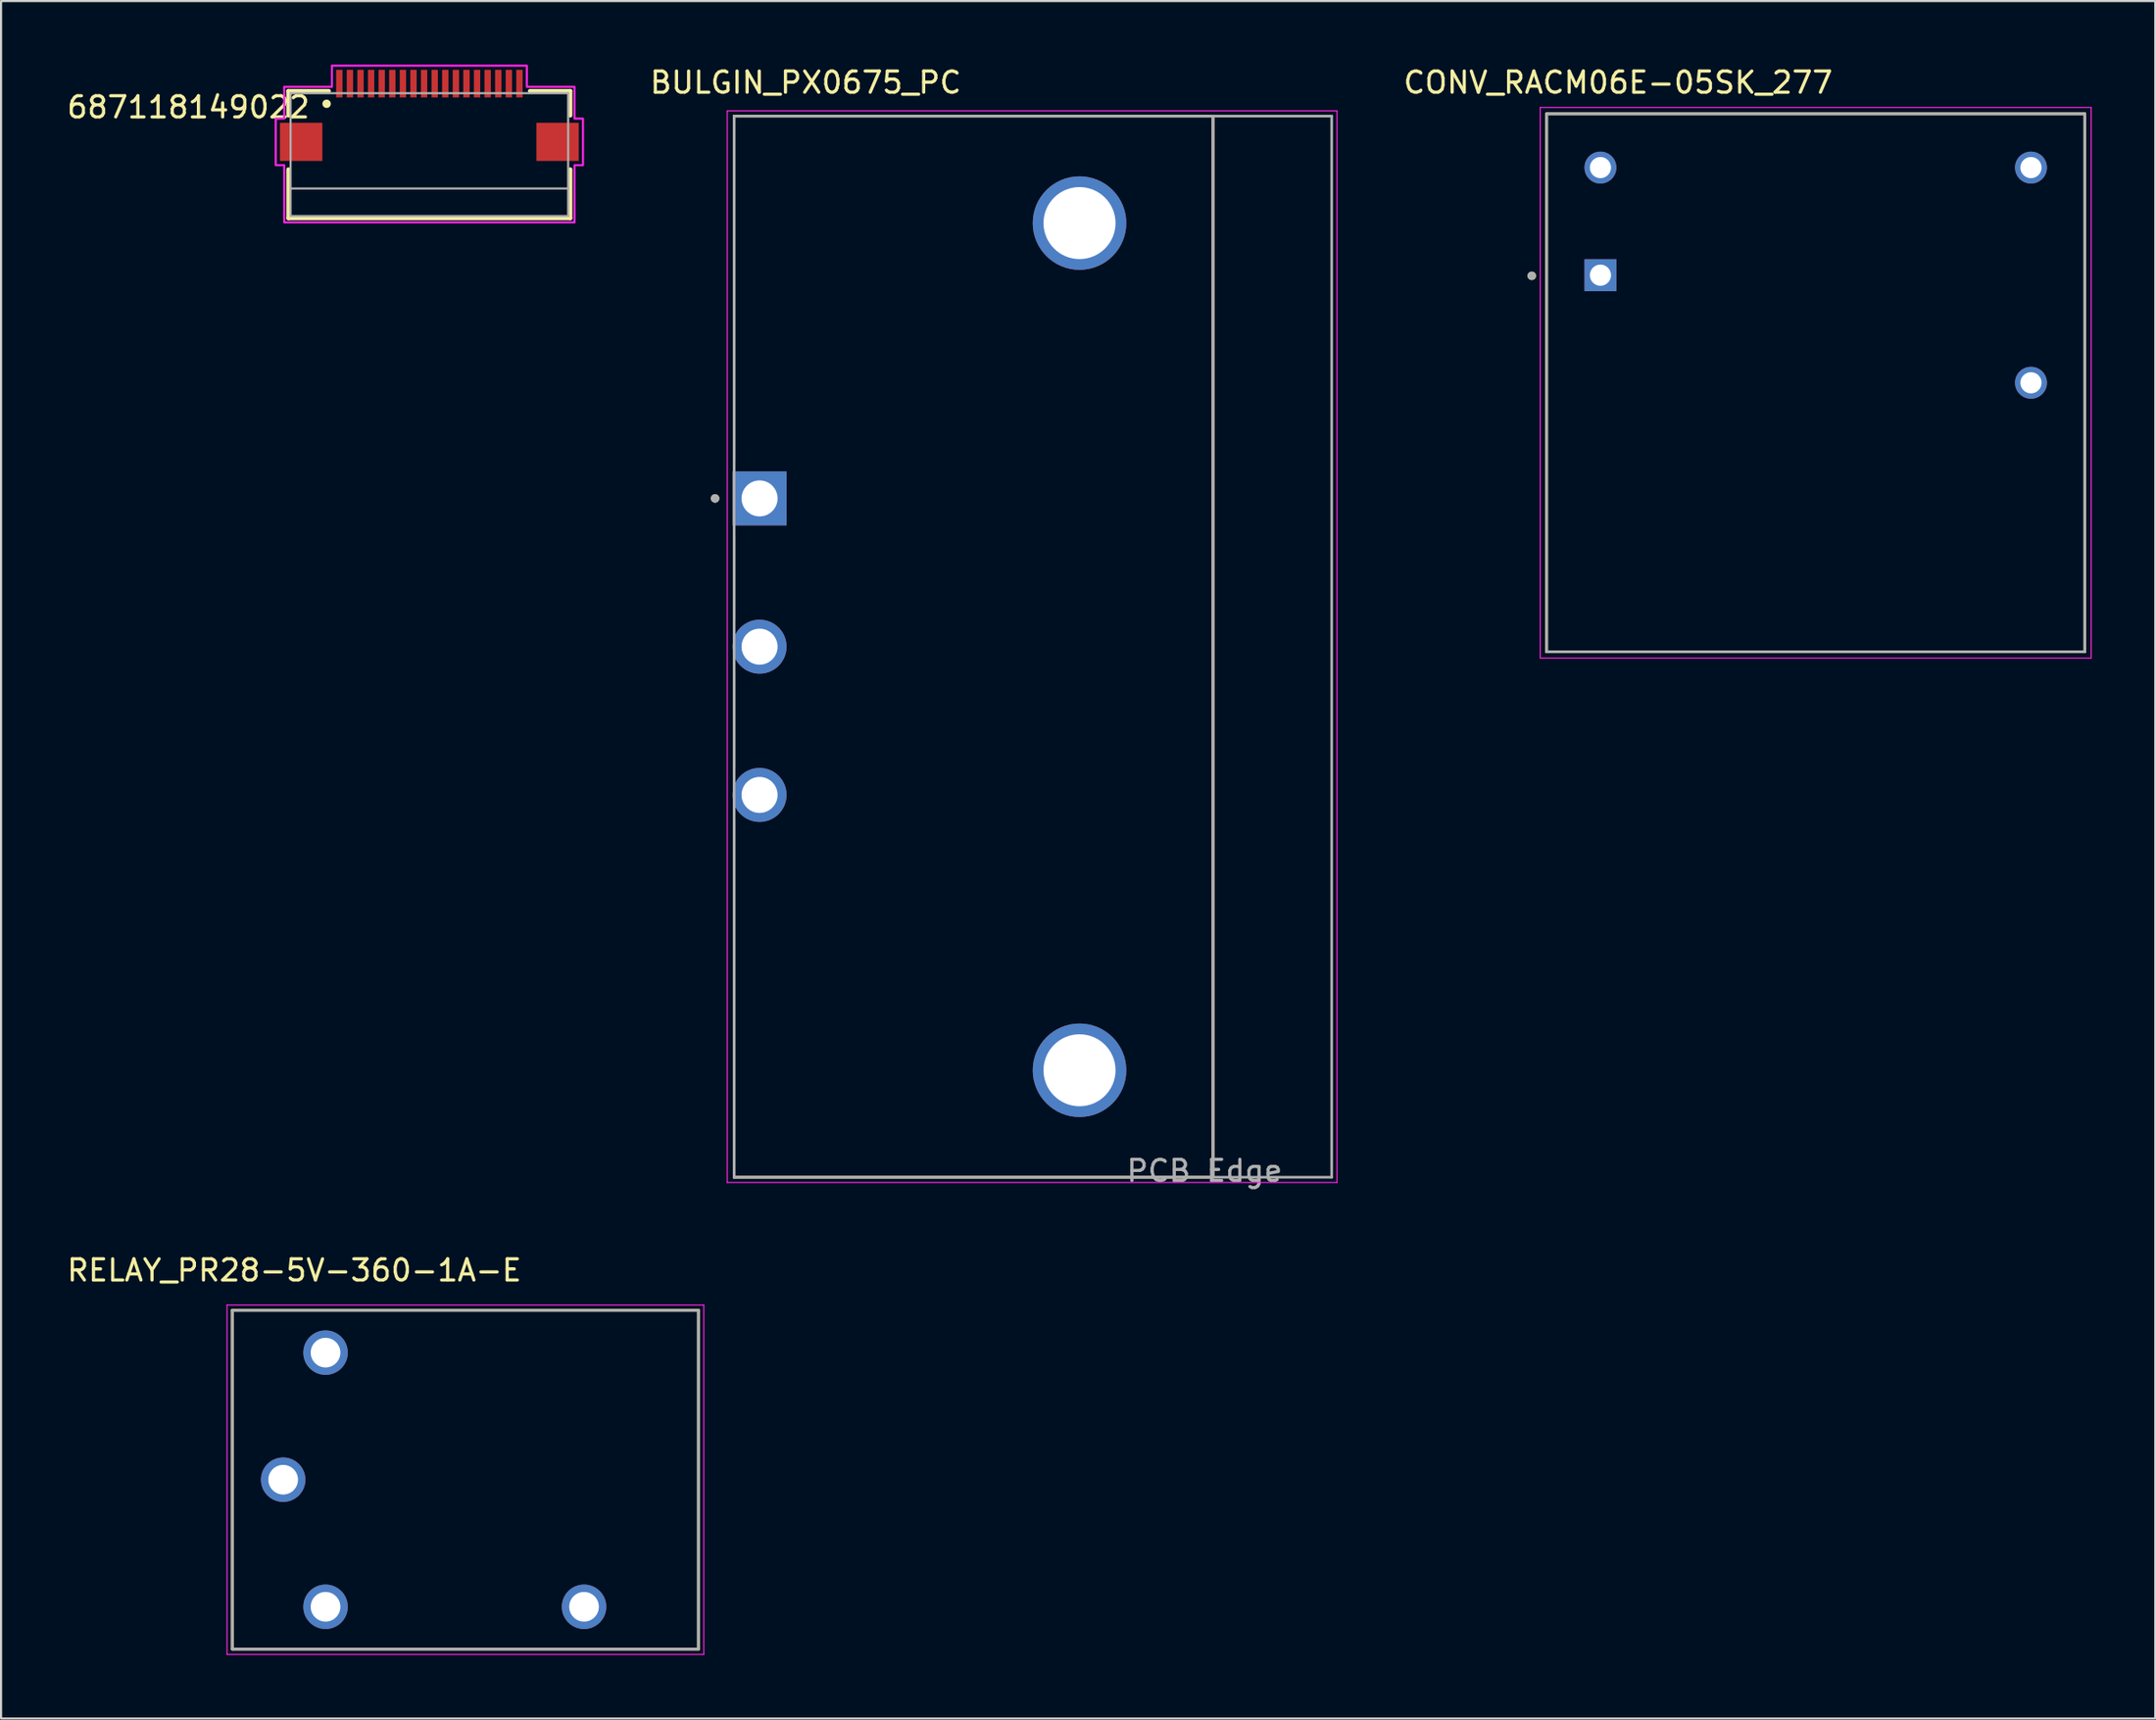
<source format=kicad_pcb>
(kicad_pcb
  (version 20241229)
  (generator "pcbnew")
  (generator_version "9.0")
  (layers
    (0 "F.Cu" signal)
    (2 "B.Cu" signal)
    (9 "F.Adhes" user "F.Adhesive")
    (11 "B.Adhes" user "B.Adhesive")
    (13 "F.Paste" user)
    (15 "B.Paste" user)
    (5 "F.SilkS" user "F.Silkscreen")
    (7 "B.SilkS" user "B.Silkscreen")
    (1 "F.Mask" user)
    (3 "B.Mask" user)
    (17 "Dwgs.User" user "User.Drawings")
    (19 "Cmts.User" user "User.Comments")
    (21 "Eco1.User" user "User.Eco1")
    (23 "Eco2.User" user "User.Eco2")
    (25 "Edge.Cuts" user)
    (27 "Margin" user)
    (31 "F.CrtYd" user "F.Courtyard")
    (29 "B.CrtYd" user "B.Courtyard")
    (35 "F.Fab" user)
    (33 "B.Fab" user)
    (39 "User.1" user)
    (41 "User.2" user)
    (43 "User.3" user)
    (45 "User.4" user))
  (footprint "RELAY_PR28-5V-360-1A-E"
    (layer "F.Cu")
    (at 18.414 66.815)
    (property "Reference" "RELAY_PR28-5V-360-1A-E" (at -7.575 -9.885 0) (layer "F.SilkS") (effects (font (size 1 1) (thickness 0.15))))
    (attr through_hole)
    (fp_line (start -10.5 -8) (end 11.5 -8) (stroke (width 0.127) (type solid)) (layer "F.SilkS"))
    (fp_line (start -10.5 8) (end -10.5 -8) (stroke (width 0.127) (type solid)) (layer "F.SilkS"))
    (fp_line (start 11.5 -8) (end 11.5 8) (stroke (width 0.127) (type solid)) (layer "F.SilkS"))
    (fp_line (start 11.5 8) (end -10.5 8) (stroke (width 0.127) (type solid)) (layer "F.SilkS"))
    (fp_line (start -10.75 -8.25) (end -10.75 8.25) (stroke (width 0.05) (type solid)) (layer "F.CrtYd"))
    (fp_line (start -10.75 8.25) (end 11.75 8.25) (stroke (width 0.05) (type solid)) (layer "F.CrtYd"))
    (fp_line (start 11.75 -8.25) (end -10.75 -8.25) (stroke (width 0.05) (type solid)) (layer "F.CrtYd"))
    (fp_line (start 11.75 8.25) (end 11.75 -8.25) (stroke (width 0.05) (type solid)) (layer "F.CrtYd"))
    (fp_line (start -10.5 -8) (end 11.5 -8) (stroke (width 0.127) (type solid)) (layer "F.Fab"))
    (fp_line (start -10.5 8) (end -10.5 -8) (stroke (width 0.127) (type solid)) (layer "F.Fab"))
    (fp_line (start 11.5 -8) (end 11.5 8) (stroke (width 0.127) (type solid)) (layer "F.Fab"))
    (fp_line (start 11.5 8) (end -10.5 8) (stroke (width 0.127) (type solid)) (layer "F.Fab"))
    (pad "COIL1" thru_hole circle (at -6.1 -6) (size 2.1 2.1) (drill 1.4) (layers "*.Cu" "*.Mask"))
    (pad "COIL2" thru_hole circle (at -6.1 6) (size 2.1 2.1) (drill 1.4) (layers "*.Cu" "*.Mask"))
    (pad "COM" thru_hole circle (at -8.1 0) (size 2.1 2.1) (drill 1.4) (layers "*.Cu" "*.Mask"))
    (pad "NO" thru_hole circle (at 6.1 6) (size 2.1 2.1) (drill 1.4) (layers "*.Cu" "*.Mask")))
  (footprint "CONV_RACM06E-05SK_277"
    (layer "F.Cu")
    (at 82.642 15.023)
    (property "Reference" "CONV_RACM06E-05SK_277" (at -9.325 -14.175 0) (layer "F.SilkS") (effects (font (size 1 1) (thickness 0.15))))
    (attr through_hole)
    (fp_line (start -12.7 -12.7) (end -12.7 12.7) (stroke (width 0.127) (type solid)) (layer "F.SilkS"))
    (fp_line (start -12.7 12.7) (end 12.7 12.7) (stroke (width 0.127) (type solid)) (layer "F.SilkS"))
    (fp_line (start 12.7 -12.7) (end -12.7 -12.7) (stroke (width 0.127) (type solid)) (layer "F.SilkS"))
    (fp_line (start 12.7 12.7) (end 12.7 -12.7) (stroke (width 0.127) (type solid)) (layer "F.SilkS"))
    (fp_circle (center -13.4 -5.05) (end -13.3 -5.05) (stroke (width 0.2) (type solid)) (fill no) (layer "F.SilkS"))
    (fp_line (start -13 -13) (end -13 13) (stroke (width 0.05) (type solid)) (layer "F.CrtYd"))
    (fp_line (start -13 13) (end 13 13) (stroke (width 0.05) (type solid)) (layer "F.CrtYd"))
    (fp_line (start 13 -13) (end -13 -13) (stroke (width 0.05) (type solid)) (layer "F.CrtYd"))
    (fp_line (start 13 13) (end 13 -13) (stroke (width 0.05) (type solid)) (layer "F.CrtYd"))
    (fp_line (start -12.7 -12.7) (end -12.7 12.7) (stroke (width 0.127) (type solid)) (layer "F.Fab"))
    (fp_line (start -12.7 12.7) (end 12.7 12.7) (stroke (width 0.127) (type solid)) (layer "F.Fab"))
    (fp_line (start 12.7 -12.7) (end -12.7 -12.7) (stroke (width 0.127) (type solid)) (layer "F.Fab"))
    (fp_line (start 12.7 12.7) (end 12.7 -12.7) (stroke (width 0.127) (type solid)) (layer "F.Fab"))
    (fp_circle (center -13.4 -5.05) (end -13.3 -5.05) (stroke (width 0.2) (type solid)) (fill no) (layer "F.Fab"))
    (pad "1" thru_hole rect (at -10.16 -5.08) (size 1.508 1.508) (drill 1) (layers "*.Cu" "*.Mask"))
    (pad "2" thru_hole circle (at -10.16 -10.16) (size 1.508 1.508) (drill 1) (layers "*.Cu" "*.Mask"))
    (pad "4" thru_hole circle (at 10.16 0) (size 1.508 1.508) (drill 1) (layers "*.Cu" "*.Mask"))
    (pad "5" thru_hole circle (at 10.16 -10.16) (size 1.508 1.508) (drill 1) (layers "*.Cu" "*.Mask")))
  (footprint "BULGIN_PX0675_PC"
    (layer "F.Cu")
    (at 45.698 27.483)
    (property "Reference" "BULGIN_PX0675_PC" (at -10.725 -26.635 0) (layer "F.SilkS") (effects (font (size 1 1) (thickness 0.15))))
    (attr through_hole)
    (fp_line (start -14.1 -25.05) (end 8.5 -25.05) (stroke (width 0.127) (type solid)) (layer "F.SilkS"))
    (fp_line (start -14.1 -8.75) (end -14.1 -25.05) (stroke (width 0.127) (type solid)) (layer "F.SilkS"))
    (fp_line (start -14.1 -1.25) (end -14.1 -5.25) (stroke (width 0.127) (type solid)) (layer "F.SilkS"))
    (fp_line (start -14.1 5.75) (end -14.1 1.25) (stroke (width 0.127) (type solid)) (layer "F.SilkS"))
    (fp_line (start -14.1 25.05) (end -14.1 8.25) (stroke (width 0.127) (type solid)) (layer "F.SilkS"))
    (fp_line (start 8.5 -25.05) (end 8.5 25.05) (stroke (width 0.127) (type solid)) (layer "F.SilkS"))
    (fp_line (start 8.5 25.05) (end -14.1 25.05) (stroke (width 0.127) (type solid)) (layer "F.SilkS"))
    (fp_circle (center -15 -7) (end -14.9 -7) (stroke (width 0.2) (type solid)) (fill no) (layer "F.SilkS"))
    (fp_line (start -14.425 -25.3) (end 14.35 -25.3) (stroke (width 0.05) (type solid)) (layer "F.CrtYd"))
    (fp_line (start -14.425 25.3) (end -14.425 -25.3) (stroke (width 0.05) (type solid)) (layer "F.CrtYd"))
    (fp_line (start 14.35 -25.3) (end 14.35 25.3) (stroke (width 0.05) (type solid)) (layer "F.CrtYd"))
    (fp_line (start 14.35 25.3) (end -14.425 25.3) (stroke (width 0.05) (type solid)) (layer "F.CrtYd"))
    (fp_line (start -14.1 -25.05) (end 8.5 -25.05) (stroke (width 0.127) (type solid)) (layer "F.Fab"))
    (fp_line (start -14.1 25.05) (end -14.1 -25.05) (stroke (width 0.127) (type solid)) (layer "F.Fab"))
    (fp_line (start 8.5 -25.05) (end 8.5 25.05) (stroke (width 0.127) (type solid)) (layer "F.Fab"))
    (fp_line (start 8.5 -25.05) (end 14.1 -25.05) (stroke (width 0.127) (type solid)) (layer "F.Fab"))
    (fp_line (start 8.5 25.05) (end -14.1 25.05) (stroke (width 0.127) (type solid)) (layer "F.Fab"))
    (fp_line (start 14.1 -25.05) (end 14.1 25.05) (stroke (width 0.127) (type solid)) (layer "F.Fab"))
    (fp_line (start 14.1 25.05) (end 8.5 25.05) (stroke (width 0.127) (type solid)) (layer "F.Fab"))
    (fp_circle (center -15 -7) (end -14.9 -7) (stroke (width 0.2) (type solid)) (fill no) (layer "F.Fab"))
    (fp_text user "PCB Edge" (at 8.1 24.75 0) (layer "F.Fab") (effects (font (size 1 1) (thickness 0.15))))
    (pad "1" thru_hole rect (at -12.9 -7) (size 2.55 2.55) (drill 1.7) (layers "*.Cu" "*.Mask"))
    (pad "2" thru_hole circle (at -12.9 7) (size 2.55 2.55) (drill 1.7) (layers "*.Cu" "*.Mask"))
    (pad "3" thru_hole circle (at -12.9 0) (size 2.55 2.55) (drill 1.7) (layers "*.Cu" "*.Mask"))
    (pad "S1" thru_hole circle (at 2.2 -20) (size 4.416 4.416) (drill 3.4) (layers "*.Cu" "*.Mask"))
    (pad "S2" thru_hole circle (at 2.2 20) (size 4.416 4.416) (drill 3.4) (layers "*.Cu" "*.Mask")))
  (footprint "687118149022"
    (layer "F.Cu")
    (at 17.214 4.25)
    (property "Reference" "687118149022" (at -11.375 -2.235 0) (layer "F.SilkS") (effects (font (size 1 1) (thickness 0.15))))
    (attr smd)
    (fp_line (start -6.65 -3) (end -6.65 -1.85) (stroke (width 0.2) (type solid)) (layer "F.SilkS"))
    (fp_line (start -6.65 0.7) (end -6.65 3) (stroke (width 0.2) (type solid)) (layer "F.SilkS"))
    (fp_line (start -6.65 3) (end 6.65 3) (stroke (width 0.2) (type solid)) (layer "F.SilkS"))
    (fp_line (start -4.75 -3) (end -6.65 -3) (stroke (width 0.2) (type solid)) (layer "F.SilkS"))
    (fp_line (start 4.75 -3) (end 6.65 -3) (stroke (width 0.2) (type solid)) (layer "F.SilkS"))
    (fp_line (start 6.65 -3) (end 6.65 -1.85) (stroke (width 0.2) (type solid)) (layer "F.SilkS"))
    (fp_line (start 6.65 3) (end 6.65 0.7) (stroke (width 0.2) (type solid)) (layer "F.SilkS"))
    (fp_circle (center -4.85 -2.4) (end -4.75 -2.4) (stroke (width 0.2) (type solid)) (fill no) (layer "F.SilkS"))
    (fp_poly (pts (xy -4.6 -4.2) (xy 4.6 -4.2) (xy 4.6 -3.2) (xy 6.85 -3.2) (xy 6.85 -1.7) (xy 7.25 -1.7) (xy 7.25 0.5) (xy 6.85 0.5) (xy 6.85 3.2) (xy -6.85 3.2) (xy -6.85 0.5) (xy -7.25 0.5) (xy -7.25 -1.7) (xy -6.85 -1.7) (xy -6.85 -3.2) (xy -4.6 -3.2)) (stroke (width 0.1) (type solid)) (fill no) (layer "F.CrtYd"))
    (fp_line (start -6.55 -2.9) (end 6.55 -2.9) (stroke (width 0.1) (type solid)) (layer "F.Fab"))
    (fp_line (start -6.55 1.6) (end -6.55 -2.9) (stroke (width 0.1) (type solid)) (layer "F.Fab"))
    (fp_line (start -6.55 1.6) (end 6.55 1.6) (stroke (width 0.1) (type solid)) (layer "F.Fab"))
    (fp_line (start -6.55 2.9) (end -6.55 1.6) (stroke (width 0.1) (type solid)) (layer "F.Fab"))
    (fp_line (start 6.55 -2.9) (end 6.55 1.6) (stroke (width 0.1) (type solid)) (layer "F.Fab"))
    (fp_line (start 6.55 1.6) (end 6.55 2.9) (stroke (width 0.1) (type solid)) (layer "F.Fab"))
    (fp_line (start 6.55 2.9) (end -6.55 2.9) (stroke (width 0.1) (type solid)) (layer "F.Fab"))
    (pad "1" smd rect (at -4.25 -3.35) (size 0.3 1.3) (layers "F.Cu" "F.Mask" "F.Paste"))
    (pad "2" smd rect (at -3.75 -3.35) (size 0.3 1.3) (layers "F.Cu" "F.Mask" "F.Paste"))
    (pad "3" smd rect (at -3.25 -3.35) (size 0.3 1.3) (layers "F.Cu" "F.Mask" "F.Paste"))
    (pad "4" smd rect (at -2.75 -3.35) (size 0.3 1.3) (layers "F.Cu" "F.Mask" "F.Paste"))
    (pad "5" smd rect (at -2.25 -3.35) (size 0.3 1.3) (layers "F.Cu" "F.Mask" "F.Paste"))
    (pad "6" smd rect (at -1.75 -3.35) (size 0.3 1.3) (layers "F.Cu" "F.Mask" "F.Paste"))
    (pad "7" smd rect (at -1.25 -3.35) (size 0.3 1.3) (layers "F.Cu" "F.Mask" "F.Paste"))
    (pad "8" smd rect (at -0.75 -3.35) (size 0.3 1.3) (layers "F.Cu" "F.Mask" "F.Paste"))
    (pad "9" smd rect (at -0.25 -3.35) (size 0.3 1.3) (layers "F.Cu" "F.Mask" "F.Paste"))
    (pad "10" smd rect (at 0.25 -3.35) (size 0.3 1.3) (layers "F.Cu" "F.Mask" "F.Paste"))
    (pad "11" smd rect (at 0.75 -3.35) (size 0.3 1.3) (layers "F.Cu" "F.Mask" "F.Paste"))
    (pad "12" smd rect (at 1.25 -3.35) (size 0.3 1.3) (layers "F.Cu" "F.Mask" "F.Paste"))
    (pad "13" smd rect (at 1.75 -3.35) (size 0.3 1.3) (layers "F.Cu" "F.Mask" "F.Paste"))
    (pad "14" smd rect (at 2.25 -3.35) (size 0.3 1.3) (layers "F.Cu" "F.Mask" "F.Paste"))
    (pad "15" smd rect (at 2.75 -3.35) (size 0.3 1.3) (layers "F.Cu" "F.Mask" "F.Paste"))
    (pad "16" smd rect (at 3.25 -3.35) (size 0.3 1.3) (layers "F.Cu" "F.Mask" "F.Paste"))
    (pad "17" smd rect (at 3.75 -3.35) (size 0.3 1.3) (layers "F.Cu" "F.Mask" "F.Paste"))
    (pad "18" smd rect (at 4.25 -3.35) (size 0.3 1.3) (layers "F.Cu" "F.Mask" "F.Paste"))
    (pad "Z1" smd rect (at -6.05 -0.6) (size 2 1.8) (layers "F.Cu" "F.Mask" "F.Paste"))
    (pad "Z2" smd rect (at 6.05 -0.6) (size 2 1.8) (layers "F.Cu" "F.Mask" "F.Paste")))
  (gr_rect
    (start -3 -3)
    (end 98.667 78.09)
    (stroke (width 0.1) (type default))
    (fill no)
    (layer "Edge.Cuts")))
</source>
